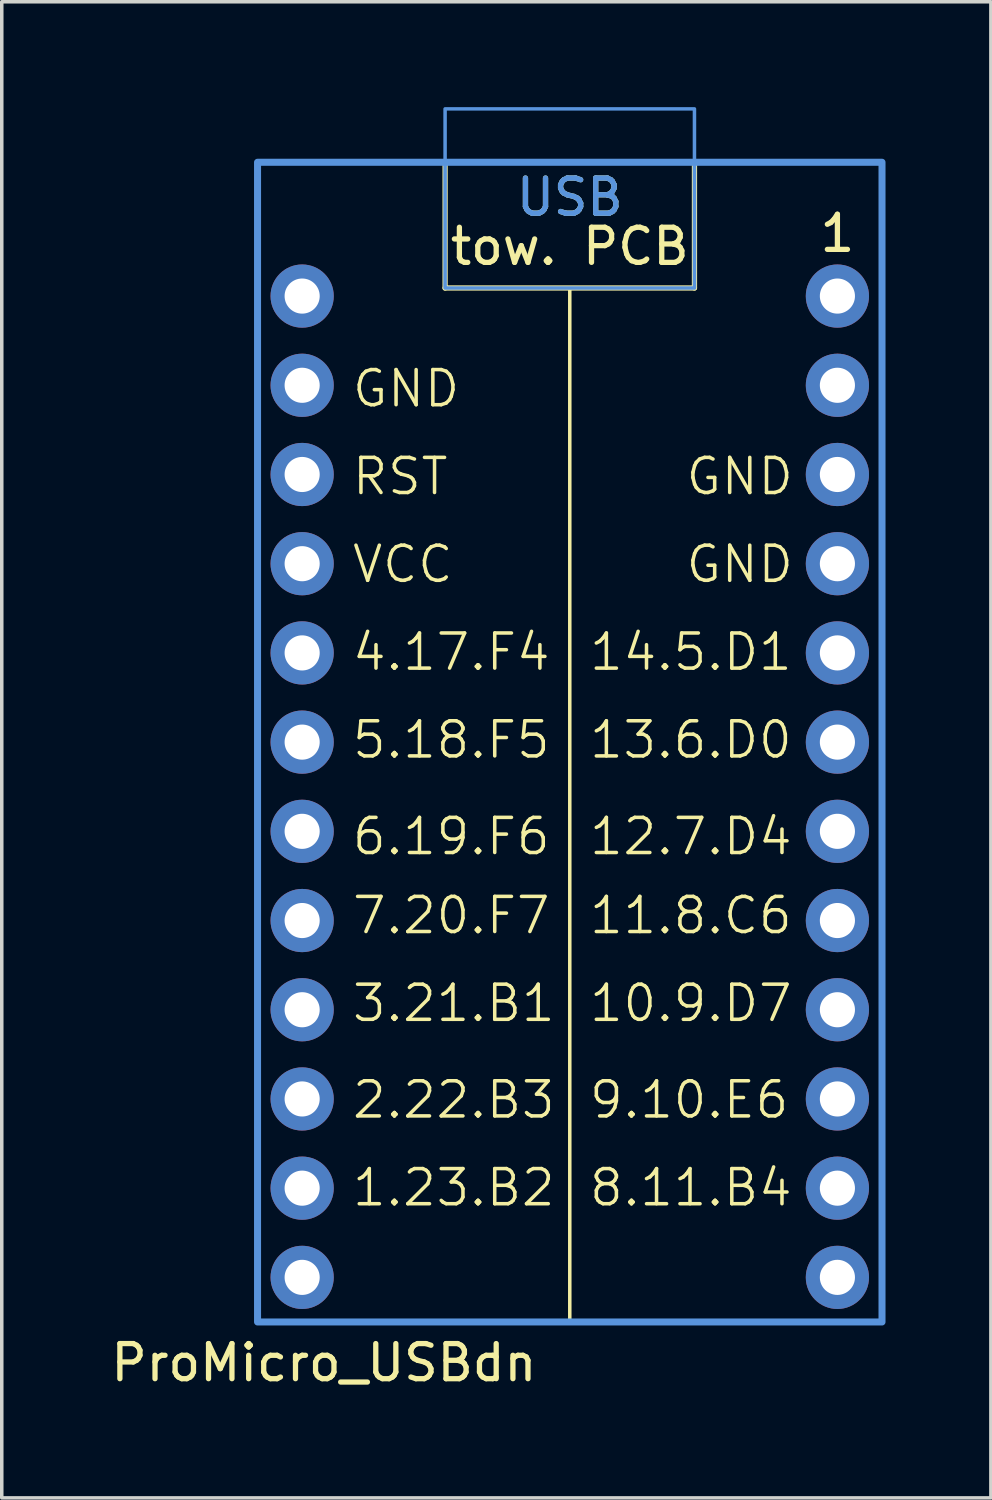
<source format=kicad_pcb>
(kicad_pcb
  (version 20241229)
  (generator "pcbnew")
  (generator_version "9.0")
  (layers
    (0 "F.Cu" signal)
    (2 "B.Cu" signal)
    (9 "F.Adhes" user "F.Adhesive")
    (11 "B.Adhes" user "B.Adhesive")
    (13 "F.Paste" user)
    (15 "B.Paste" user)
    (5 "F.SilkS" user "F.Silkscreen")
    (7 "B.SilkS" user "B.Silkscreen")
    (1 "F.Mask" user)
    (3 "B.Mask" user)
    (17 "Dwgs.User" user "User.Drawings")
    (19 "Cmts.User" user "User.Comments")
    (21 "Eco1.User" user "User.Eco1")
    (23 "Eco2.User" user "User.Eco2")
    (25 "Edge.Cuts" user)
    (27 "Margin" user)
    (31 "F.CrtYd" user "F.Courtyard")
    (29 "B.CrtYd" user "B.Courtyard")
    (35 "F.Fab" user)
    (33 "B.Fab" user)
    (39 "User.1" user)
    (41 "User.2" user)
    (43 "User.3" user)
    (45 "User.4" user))
  (footprint "ProMicro_USBdn"
    (layer "F.Cu")
    (at 13.173 19.35)
    (property "Reference" "ProMicro_USBdn" (at -7 16.4 0) (unlocked yes) (layer "F.SilkS") (effects (font (size 1 1) (thickness 0.15))))
    (attr through_hole exclude_from_pos_files exclude_from_bom)
    (fp_line (start -3.55 -14.2) (end -3.55 -17.78) (stroke (width 0.15) (type default)) (layer "F.SilkS"))
    (fp_line (start 0 15.24) (end 0 -14.2) (stroke (width 0.1) (type default)) (layer "F.SilkS"))
    (fp_line (start 3.55 -14.2) (end -3.55 -14.2) (stroke (width 0.15) (type default)) (layer "F.SilkS"))
    (fp_line (start 3.55 -14.2) (end 3.55 -17.78) (stroke (width 0.15) (type default)) (layer "F.SilkS"))
    (fp_rect (start -8.89 -17.78) (end 8.89 15.24) (stroke (width 0.15) (type solid)) (fill no) (layer "F.SilkS"))
    (fp_rect (start -3.55 -19.3) (end 3.55 -14.2) (stroke (width 0.1) (type default)) (fill no) (layer "Cmts.User"))
    (fp_rect (start 8.89 -17.78) (end -8.89 15.24) (stroke (width 0.2) (type solid)) (fill no) (layer "Cmts.User"))
    (fp_text user "tow. PCB" (at 0 -14.8 0) (unlocked yes) (layer "F.SilkS") (effects (font (size 1 1) (thickness 0.15)) (justify bottom)))
    (fp_text user "4.17.F4" (at -6.25 -3.25 0) (unlocked yes) (layer "F.SilkS") (effects (font (size 1 1) (thickness 0.1)) (justify left bottom)))
    (fp_text user "12.7.D4" (at 0.5 2 0) (unlocked yes) (layer "F.SilkS") (effects (font (size 1 1) (thickness 0.1)) (justify left bottom)))
    (fp_text user "6.19.F6" (at -6.25 2 0) (unlocked yes) (layer "F.SilkS") (effects (font (size 1 1) (thickness 0.1)) (justify left bottom)))
    (fp_text user "3.21.B1" (at -6.25 6.75 0) (unlocked yes) (layer "F.SilkS") (effects (font (size 1 1) (thickness 0.1)) (justify left bottom)))
    (fp_text user "5.18.F5" (at -6.25 -0.75 0) (unlocked yes) (layer "F.SilkS") (effects (font (size 1 1) (thickness 0.1)) (justify left bottom)))
    (fp_text user "8.11.B4" (at 0.5 12 0) (unlocked yes) (layer "F.SilkS") (effects (font (size 1 1) (thickness 0.1)) (justify left bottom)))
    (fp_text user "11.8.C6" (at 0.5 4.25 0) (unlocked yes) (layer "F.SilkS") (effects (font (size 1 1) (thickness 0.1)) (justify left bottom)))
    (fp_text user "10.9.D7" (at 0.5 6.75 0) (unlocked yes) (layer "F.SilkS") (effects (font (size 1 1) (thickness 0.1)) (justify left bottom)))
    (fp_text user "VCC" (at -6.25 -5.75 0) (unlocked yes) (layer "F.SilkS") (effects (font (size 1 1) (thickness 0.1)) (justify left bottom)))
    (fp_text user "9.10.E6" (at 0.5 9.5 0) (unlocked yes) (layer "F.SilkS") (effects (font (size 1 1) (thickness 0.1)) (justify left bottom)))
    (fp_text user "1" (at 7.62 -15.17 180) (layer "F.SilkS") (effects (font (size 1 1) (thickness 0.15)) (justify bottom)))
    (fp_text user "14.5.D1" (at 0.5 -3.25 0) (unlocked yes) (layer "F.SilkS") (effects (font (size 1 1) (thickness 0.1)) (justify left bottom)))
    (fp_text user "GND" (at 3.25 -8.25 0) (unlocked yes) (layer "F.SilkS") (effects (font (size 1 1) (thickness 0.1)) (justify left bottom)))
    (fp_text user "1.23.B2" (at -6.25 12 0) (unlocked yes) (layer "F.SilkS") (effects (font (size 1 1) (thickness 0.1)) (justify left bottom)))
    (fp_text user "GND" (at 3.25 -5.75 0) (unlocked yes) (layer "F.SilkS") (effects (font (size 1 1) (thickness 0.1)) (justify left bottom)))
    (fp_text user "2.22.B3" (at -6.25 9.5 0) (unlocked yes) (layer "F.SilkS") (effects (font (size 1 1) (thickness 0.1)) (justify left bottom)))
    (fp_text user "7.20.F7" (at -6.25 4.25 0) (unlocked yes) (layer "F.SilkS") (effects (font (size 1 1) (thickness 0.1)) (justify left bottom)))
    (fp_text user "RST" (at -6.25 -8.25 0) (unlocked yes) (layer "F.SilkS") (effects (font (size 1 1) (thickness 0.1)) (justify left bottom)))
    (fp_text user "GND" (at -6.25 -10.75 0) (unlocked yes) (layer "F.SilkS") (effects (font (size 1 1) (thickness 0.1)) (justify left bottom)))
    (fp_text user "13.6.D0" (at 0.5 -0.75 0) (unlocked yes) (layer "F.SilkS") (effects (font (size 1 1) (thickness 0.1)) (justify left bottom)))
    (fp_text user "USB" (at 0 -16.2 0) (unlocked yes) (layer "F.SilkS") (effects (font (size 1 1) (thickness 0.15)) (justify bottom)))
    (fp_text user "USB" (at 0 -16.2 180) (layer "Cmts.User") (effects (font (size 1 1) (thickness 0.15)) (justify bottom)))
    (pad "1" thru_hole circle (at 7.62 -13.97) (size 1.8 1.8) (drill 1) (layers "*.Cu" "B.Mask"))
    (pad "2" thru_hole circle (at 7.62 -11.43) (size 1.8 1.8) (drill 1) (layers "*.Cu" "B.Mask"))
    (pad "3" thru_hole circle (at 7.62 -8.89) (size 1.8 1.8) (drill 1) (layers "*.Cu" "B.Mask"))
    (pad "4" thru_hole circle (at 7.62 -6.35) (size 1.8 1.8) (drill 1) (layers "*.Cu" "B.Mask"))
    (pad "5" thru_hole circle (at 7.62 -3.81) (size 1.8 1.8) (drill 1) (layers "*.Cu" "B.Mask"))
    (pad "6" thru_hole circle (at 7.62 -1.27) (size 1.8 1.8) (drill 1) (layers "*.Cu" "B.Mask"))
    (pad "7" thru_hole circle (at 7.62 1.27) (size 1.8 1.8) (drill 1) (layers "*.Cu" "B.Mask"))
    (pad "8" thru_hole circle (at 7.62 3.81) (size 1.8 1.8) (drill 1) (layers "*.Cu" "B.Mask"))
    (pad "9" thru_hole circle (at 7.62 6.35) (size 1.8 1.8) (drill 1) (layers "*.Cu" "B.Mask"))
    (pad "10" thru_hole circle (at 7.62 8.89) (size 1.8 1.8) (drill 1) (layers "*.Cu" "B.Mask"))
    (pad "11" thru_hole circle (at 7.62 11.43) (size 1.8 1.8) (drill 1) (layers "*.Cu" "B.Mask"))
    (pad "12" thru_hole circle (at 7.62 13.97) (size 1.8 1.8) (drill 1) (layers "*.Cu" "B.Mask"))
    (pad "13" thru_hole circle (at -7.62 -13.97) (size 1.8 1.8) (drill 1) (layers "*.Cu" "B.Mask"))
    (pad "14" thru_hole circle (at -7.62 -11.43) (size 1.8 1.8) (drill 1) (layers "*.Cu" "B.Mask"))
    (pad "15" thru_hole circle (at -7.62 -8.89) (size 1.8 1.8) (drill 1) (layers "*.Cu" "B.Mask"))
    (pad "16" thru_hole circle (at -7.62 -6.35) (size 1.8 1.8) (drill 1) (layers "*.Cu" "B.Mask"))
    (pad "17" thru_hole circle (at -7.62 -3.81) (size 1.8 1.8) (drill 1) (layers "*.Cu" "B.Mask"))
    (pad "18" thru_hole circle (at -7.62 -1.27) (size 1.8 1.8) (drill 1) (layers "*.Cu" "B.Mask"))
    (pad "19" thru_hole circle (at -7.62 1.27) (size 1.8 1.8) (drill 1) (layers "*.Cu" "B.Mask"))
    (pad "20" thru_hole circle (at -7.62 3.81) (size 1.8 1.8) (drill 1) (layers "*.Cu" "B.Mask"))
    (pad "21" thru_hole circle (at -7.62 6.35) (size 1.8 1.8) (drill 1) (layers "*.Cu" "B.Mask"))
    (pad "22" thru_hole circle (at -7.62 8.89) (size 1.8 1.8) (drill 1) (layers "*.Cu" "B.Mask"))
    (pad "23" thru_hole circle (at -7.62 11.43) (size 1.8 1.8) (drill 1) (layers "*.Cu" "B.Mask"))
    (pad "24" thru_hole circle (at -7.62 13.97) (size 1.8 1.8) (drill 1) (layers "*.Cu" "B.Mask")))
  (gr_rect
    (start -3 -3)
    (end 25.163 39.598)
    (stroke (width 0.1) (type default))
    (fill no)
    (layer "Edge.Cuts")))
</source>
